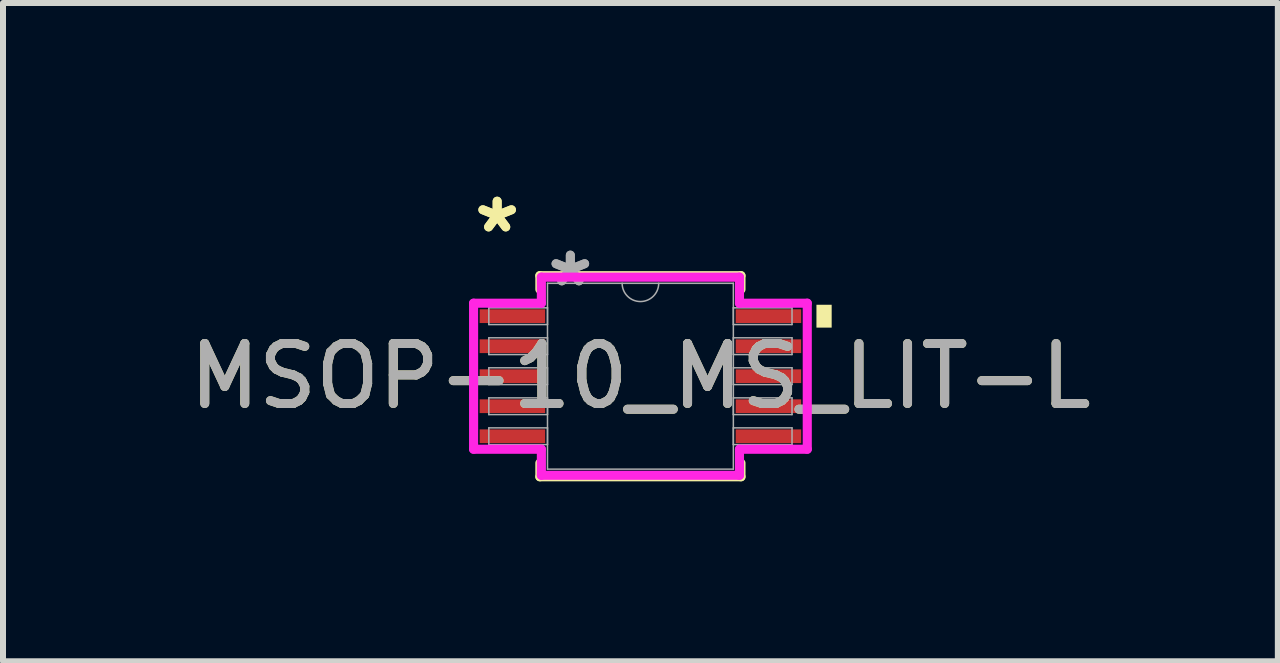
<source format=kicad_pcb>
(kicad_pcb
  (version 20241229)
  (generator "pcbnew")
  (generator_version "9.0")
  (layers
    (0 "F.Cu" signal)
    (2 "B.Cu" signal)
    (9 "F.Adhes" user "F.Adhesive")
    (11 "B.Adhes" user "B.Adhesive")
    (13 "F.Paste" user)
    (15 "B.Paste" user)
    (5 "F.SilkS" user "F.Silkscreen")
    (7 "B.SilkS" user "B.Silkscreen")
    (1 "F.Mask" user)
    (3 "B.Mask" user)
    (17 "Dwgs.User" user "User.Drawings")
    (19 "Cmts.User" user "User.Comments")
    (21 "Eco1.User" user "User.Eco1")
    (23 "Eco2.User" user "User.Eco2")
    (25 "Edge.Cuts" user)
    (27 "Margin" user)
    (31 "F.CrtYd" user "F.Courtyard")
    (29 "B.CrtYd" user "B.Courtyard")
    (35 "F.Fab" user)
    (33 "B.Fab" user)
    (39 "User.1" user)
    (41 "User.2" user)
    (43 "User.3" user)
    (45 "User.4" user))
  (footprint "MSOP-10_MS_LIT-L"
    (layer "F.Cu")
    (at 7.625 3.221)
    (property "Reference" "MSOP-10_MS_LIT-L" (at 0 0 0) (unlocked yes) (layer "F.SilkS") (effects (font (size 1 1) (thickness 0.15))))
    (attr smd)
    (fp_line (start -1.676 -1.676) (end -1.676 -1.448) (stroke (width 0.152) (type solid)) (layer "F.SilkS"))
    (fp_line (start -1.676 1.448) (end -1.676 1.676) (stroke (width 0.152) (type solid)) (layer "F.SilkS"))
    (fp_line (start -1.676 1.676) (end 1.676 1.676) (stroke (width 0.152) (type solid)) (layer "F.SilkS"))
    (fp_line (start 1.676 -1.676) (end -1.676 -1.676) (stroke (width 0.152) (type solid)) (layer "F.SilkS"))
    (fp_line (start 1.676 -1.448) (end 1.676 -1.676) (stroke (width 0.152) (type solid)) (layer "F.SilkS"))
    (fp_line (start 1.676 1.676) (end 1.676 1.448) (stroke (width 0.152) (type solid)) (layer "F.SilkS"))
    (fp_poly (pts (xy 3.188 -1.191) (xy 3.188 -0.81) (xy 2.934 -0.81) (xy 2.934 -1.191)) (stroke (width 0) (type solid)) (fill yes) (layer "F.SilkS"))
    (fp_line (start -2.781 -1.217) (end -1.651 -1.217) (stroke (width 0.152) (type solid)) (layer "F.CrtYd"))
    (fp_line (start -2.781 1.217) (end -2.781 -1.217) (stroke (width 0.152) (type solid)) (layer "F.CrtYd"))
    (fp_line (start -2.781 1.217) (end -1.651 1.217) (stroke (width 0.152) (type solid)) (layer "F.CrtYd"))
    (fp_line (start -1.651 -1.651) (end 1.651 -1.651) (stroke (width 0.152) (type solid)) (layer "F.CrtYd"))
    (fp_line (start -1.651 -1.217) (end -1.651 -1.651) (stroke (width 0.152) (type solid)) (layer "F.CrtYd"))
    (fp_line (start -1.651 1.651) (end -1.651 1.217) (stroke (width 0.152) (type solid)) (layer "F.CrtYd"))
    (fp_line (start 1.651 -1.651) (end 1.651 -1.217) (stroke (width 0.152) (type solid)) (layer "F.CrtYd"))
    (fp_line (start 1.651 1.217) (end 1.651 1.651) (stroke (width 0.152) (type solid)) (layer "F.CrtYd"))
    (fp_line (start 1.651 1.651) (end -1.651 1.651) (stroke (width 0.152) (type solid)) (layer "F.CrtYd"))
    (fp_line (start 2.781 -1.217) (end 1.651 -1.217) (stroke (width 0.152) (type solid)) (layer "F.CrtYd"))
    (fp_line (start 2.781 -1.217) (end 2.781 1.217) (stroke (width 0.152) (type solid)) (layer "F.CrtYd"))
    (fp_line (start 2.781 1.217) (end 1.651 1.217) (stroke (width 0.152) (type solid)) (layer "F.CrtYd"))
    (fp_line (start -2.527 -1.14) (end -2.527 -0.861) (stroke (width 0.025) (type solid)) (layer "F.Fab"))
    (fp_line (start -2.527 -0.861) (end -1.549 -0.861) (stroke (width 0.025) (type solid)) (layer "F.Fab"))
    (fp_line (start -2.527 -0.64) (end -2.527 -0.361) (stroke (width 0.025) (type solid)) (layer "F.Fab"))
    (fp_line (start -2.527 -0.361) (end -1.549 -0.361) (stroke (width 0.025) (type solid)) (layer "F.Fab"))
    (fp_line (start -2.527 -0.14) (end -2.527 0.14) (stroke (width 0.025) (type solid)) (layer "F.Fab"))
    (fp_line (start -2.527 0.14) (end -1.549 0.14) (stroke (width 0.025) (type solid)) (layer "F.Fab"))
    (fp_line (start -2.527 0.361) (end -2.527 0.64) (stroke (width 0.025) (type solid)) (layer "F.Fab"))
    (fp_line (start -2.527 0.64) (end -1.549 0.64) (stroke (width 0.025) (type solid)) (layer "F.Fab"))
    (fp_line (start -2.527 0.861) (end -2.527 1.14) (stroke (width 0.025) (type solid)) (layer "F.Fab"))
    (fp_line (start -2.527 1.14) (end -1.549 1.14) (stroke (width 0.025) (type solid)) (layer "F.Fab"))
    (fp_line (start -1.549 -1.549) (end -1.549 1.549) (stroke (width 0.025) (type solid)) (layer "F.Fab"))
    (fp_line (start -1.549 -1.14) (end -2.527 -1.14) (stroke (width 0.025) (type solid)) (layer "F.Fab"))
    (fp_line (start -1.549 -0.861) (end -1.549 -1.14) (stroke (width 0.025) (type solid)) (layer "F.Fab"))
    (fp_line (start -1.549 -0.64) (end -2.527 -0.64) (stroke (width 0.025) (type solid)) (layer "F.Fab"))
    (fp_line (start -1.549 -0.361) (end -1.549 -0.64) (stroke (width 0.025) (type solid)) (layer "F.Fab"))
    (fp_line (start -1.549 -0.14) (end -2.527 -0.14) (stroke (width 0.025) (type solid)) (layer "F.Fab"))
    (fp_line (start -1.549 0.14) (end -1.549 -0.14) (stroke (width 0.025) (type solid)) (layer "F.Fab"))
    (fp_line (start -1.549 0.361) (end -2.527 0.361) (stroke (width 0.025) (type solid)) (layer "F.Fab"))
    (fp_line (start -1.549 0.64) (end -1.549 0.361) (stroke (width 0.025) (type solid)) (layer "F.Fab"))
    (fp_line (start -1.549 0.861) (end -2.527 0.861) (stroke (width 0.025) (type solid)) (layer "F.Fab"))
    (fp_line (start -1.549 1.14) (end -1.549 0.861) (stroke (width 0.025) (type solid)) (layer "F.Fab"))
    (fp_line (start -1.549 1.549) (end 1.549 1.549) (stroke (width 0.025) (type solid)) (layer "F.Fab"))
    (fp_line (start 1.549 -1.549) (end -1.549 -1.549) (stroke (width 0.025) (type solid)) (layer "F.Fab"))
    (fp_line (start 1.549 -1.14) (end 1.549 -0.861) (stroke (width 0.025) (type solid)) (layer "F.Fab"))
    (fp_line (start 1.549 -0.861) (end 2.527 -0.861) (stroke (width 0.025) (type solid)) (layer "F.Fab"))
    (fp_line (start 1.549 -0.64) (end 1.549 -0.361) (stroke (width 0.025) (type solid)) (layer "F.Fab"))
    (fp_line (start 1.549 -0.361) (end 2.527 -0.361) (stroke (width 0.025) (type solid)) (layer "F.Fab"))
    (fp_line (start 1.549 -0.14) (end 1.549 0.14) (stroke (width 0.025) (type solid)) (layer "F.Fab"))
    (fp_line (start 1.549 0.14) (end 2.527 0.14) (stroke (width 0.025) (type solid)) (layer "F.Fab"))
    (fp_line (start 1.549 0.361) (end 1.549 0.64) (stroke (width 0.025) (type solid)) (layer "F.Fab"))
    (fp_line (start 1.549 0.64) (end 2.527 0.64) (stroke (width 0.025) (type solid)) (layer "F.Fab"))
    (fp_line (start 1.549 0.861) (end 1.549 1.14) (stroke (width 0.025) (type solid)) (layer "F.Fab"))
    (fp_line (start 1.549 1.14) (end 2.527 1.14) (stroke (width 0.025) (type solid)) (layer "F.Fab"))
    (fp_line (start 1.549 1.549) (end 1.549 -1.549) (stroke (width 0.025) (type solid)) (layer "F.Fab"))
    (fp_line (start 2.527 -1.14) (end 1.549 -1.14) (stroke (width 0.025) (type solid)) (layer "F.Fab"))
    (fp_line (start 2.527 -0.861) (end 2.527 -1.14) (stroke (width 0.025) (type solid)) (layer "F.Fab"))
    (fp_line (start 2.527 -0.64) (end 1.549 -0.64) (stroke (width 0.025) (type solid)) (layer "F.Fab"))
    (fp_line (start 2.527 -0.361) (end 2.527 -0.64) (stroke (width 0.025) (type solid)) (layer "F.Fab"))
    (fp_line (start 2.527 -0.14) (end 1.549 -0.14) (stroke (width 0.025) (type solid)) (layer "F.Fab"))
    (fp_line (start 2.527 0.14) (end 2.527 -0.14) (stroke (width 0.025) (type solid)) (layer "F.Fab"))
    (fp_line (start 2.527 0.361) (end 1.549 0.361) (stroke (width 0.025) (type solid)) (layer "F.Fab"))
    (fp_line (start 2.527 0.64) (end 2.527 0.361) (stroke (width 0.025) (type solid)) (layer "F.Fab"))
    (fp_line (start 2.527 0.861) (end 1.549 0.861) (stroke (width 0.025) (type solid)) (layer "F.Fab"))
    (fp_line (start 2.527 1.14) (end 2.527 0.861) (stroke (width 0.025) (type solid)) (layer "F.Fab"))
    (fp_arc (start 0.3048 -1.5494) (mid 0 -1.2446) (end -0.3048 -1.5494) (stroke (width 0.0254) (type solid)) (layer "F.Fab"))
    (fp_text user "*" (at -2.388 -2.372 0) (unlocked yes) (layer "F.SilkS") (effects (font (size 1 1) (thickness 0.15))))
    (fp_text user "*" (at -2.388 -2.372 0) (layer "F.SilkS") (effects (font (size 1 1) (thickness 0.15))))
    (fp_text user "*" (at -1.168 -1.473 0) (unlocked yes) (layer "F.Fab") (effects (font (size 1 1) (thickness 0.15))))
    (fp_text user "*" (at -1.168 -1.473 0) (layer "F.Fab") (effects (font (size 1 1) (thickness 0.15))))
    (fp_text user "${REFERENCE}" (at 0 0 0) (unlocked yes) (layer "F.Fab") (effects (font (size 1 1) (thickness 0.15))))
    (pad "1" smd rect (at -2.134 -1.001) (size 1.092 0.229) (layers "F.Cu" "F.Mask" "F.Paste"))
    (pad "2" smd rect (at -2.134 -0.5) (size 1.092 0.229) (layers "F.Cu" "F.Mask" "F.Paste"))
    (pad "3" smd rect (at -2.134 0) (size 1.092 0.229) (layers "F.Cu" "F.Mask" "F.Paste"))
    (pad "4" smd rect (at -2.134 0.5) (size 1.092 0.229) (layers "F.Cu" "F.Mask" "F.Paste"))
    (pad "5" smd rect (at -2.134 1.001) (size 1.092 0.229) (layers "F.Cu" "F.Mask" "F.Paste"))
    (pad "6" smd rect (at 2.134 1.001) (size 1.092 0.229) (layers "F.Cu" "F.Mask" "F.Paste"))
    (pad "7" smd rect (at 2.134 0.5) (size 1.092 0.229) (layers "F.Cu" "F.Mask" "F.Paste"))
    (pad "8" smd rect (at 2.134 0) (size 1.092 0.229) (layers "F.Cu" "F.Mask" "F.Paste"))
    (pad "9" smd rect (at 2.134 -0.5) (size 1.092 0.229) (layers "F.Cu" "F.Mask" "F.Paste"))
    (pad "10" smd rect (at 2.134 -1.001) (size 1.092 0.229) (layers "F.Cu" "F.Mask" "F.Paste")))
  (gr_rect
    (start -3 -3)
    (end 18.25 7.973)
    (stroke (width 0.1) (type default))
    (fill no)
    (layer "Edge.Cuts")))
</source>
